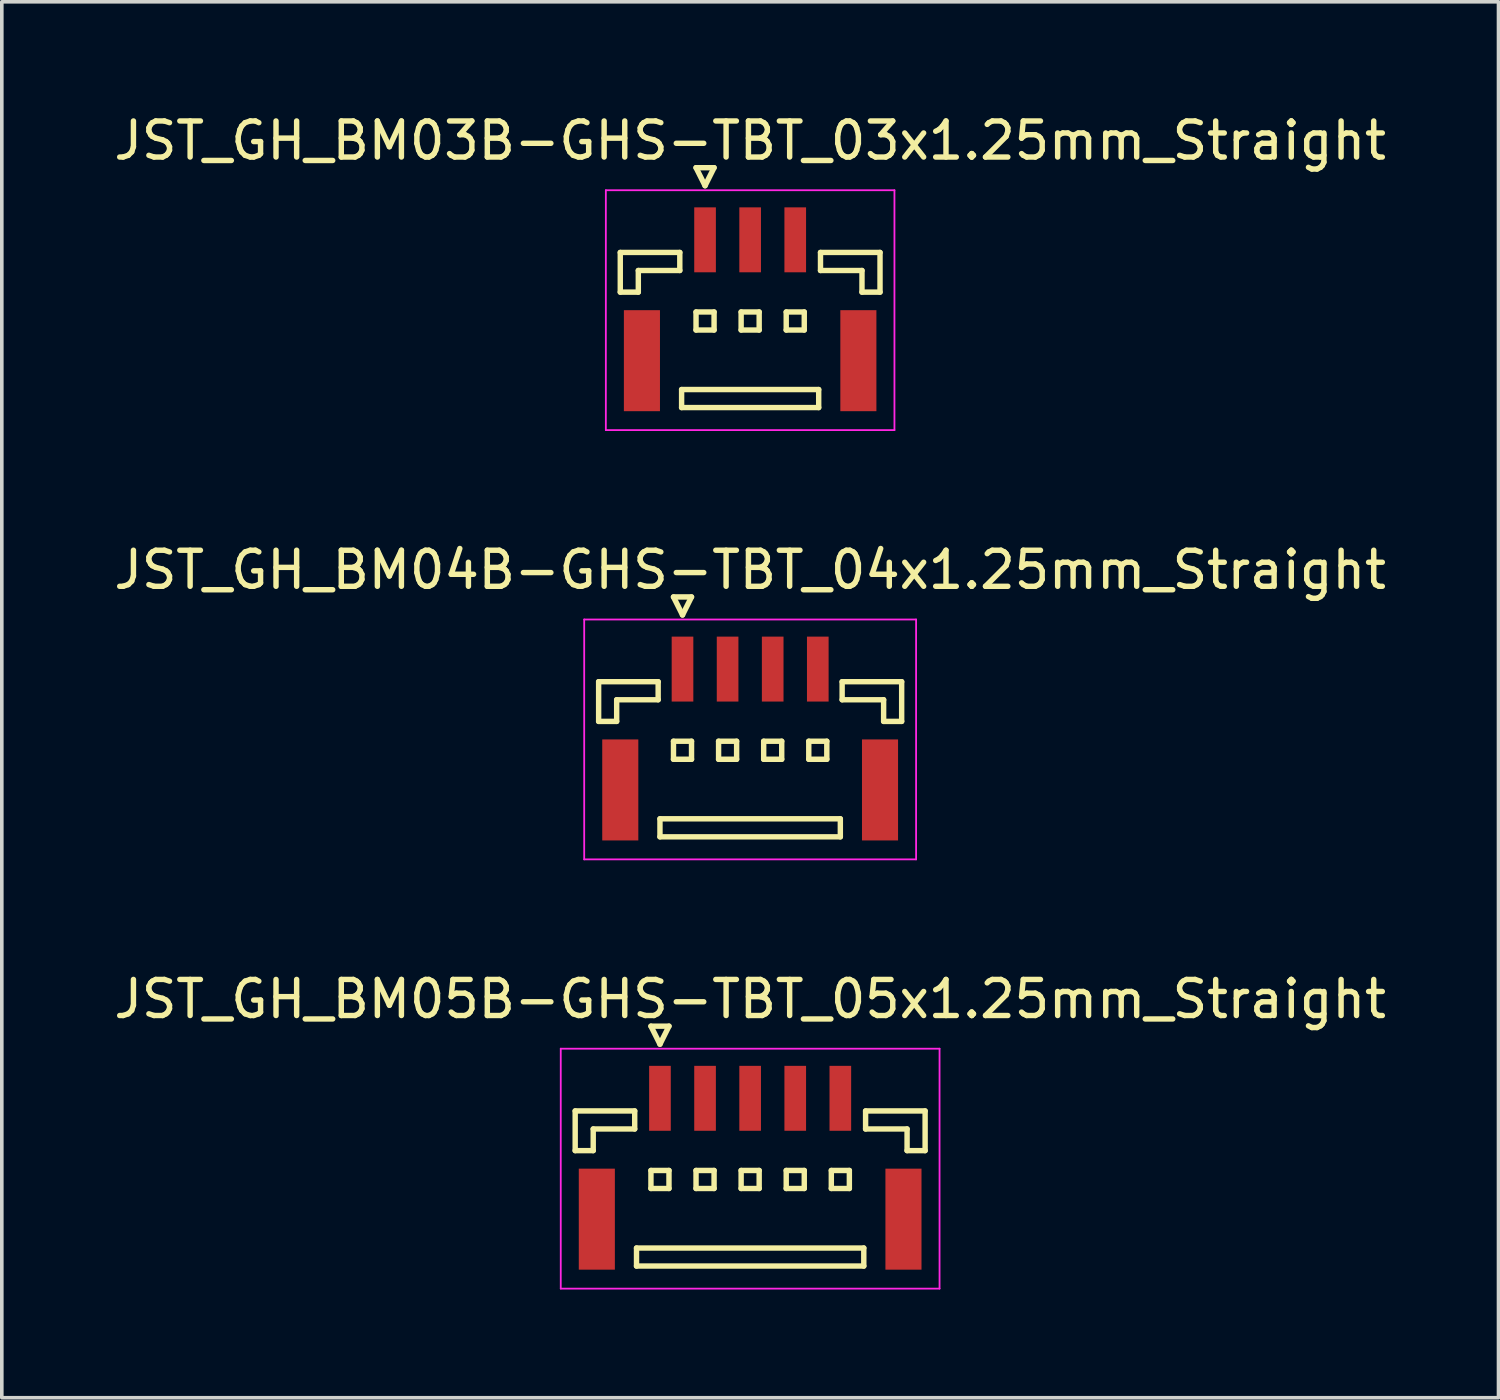
<source format=kicad_pcb>
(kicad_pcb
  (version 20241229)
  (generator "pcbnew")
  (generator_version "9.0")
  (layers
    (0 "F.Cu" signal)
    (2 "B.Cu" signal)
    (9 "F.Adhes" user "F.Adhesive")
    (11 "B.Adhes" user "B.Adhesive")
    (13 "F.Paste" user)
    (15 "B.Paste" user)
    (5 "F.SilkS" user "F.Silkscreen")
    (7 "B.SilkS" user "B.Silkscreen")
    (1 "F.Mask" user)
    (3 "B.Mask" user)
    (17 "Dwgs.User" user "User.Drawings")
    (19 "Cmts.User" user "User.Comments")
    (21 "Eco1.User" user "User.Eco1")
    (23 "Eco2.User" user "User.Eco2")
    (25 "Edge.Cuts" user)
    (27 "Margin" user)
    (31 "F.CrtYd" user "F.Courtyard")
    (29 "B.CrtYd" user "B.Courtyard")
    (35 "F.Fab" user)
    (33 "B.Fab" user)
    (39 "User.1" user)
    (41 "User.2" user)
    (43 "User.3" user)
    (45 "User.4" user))
  (footprint "JST_GH_BM04B-GHS-TBT_04x1.25mm_Straight"
    (layer "F.Cu")
    (at 17.744 17.172)
    (property "Reference" "JST_GH_BM04B-GHS-TBT_04x1.25mm_Straight" (at 0 -4.425 0) (layer "F.SilkS") (effects (font (size 1 1) (thickness 0.15))))
    (attr smd)
    (fp_line (start -4.2 -1.325) (end -2.55 -1.325) (stroke (width 0.15) (type solid)) (layer "F.SilkS"))
    (fp_line (start -4.2 -0.225) (end -4.2 -1.325) (stroke (width 0.15) (type solid)) (layer "F.SilkS"))
    (fp_line (start -3.7 -0.825) (end -3.7 -0.225) (stroke (width 0.15) (type solid)) (layer "F.SilkS"))
    (fp_line (start -3.7 -0.225) (end -4.2 -0.225) (stroke (width 0.15) (type solid)) (layer "F.SilkS"))
    (fp_line (start -2.55 -1.325) (end -2.55 -0.825) (stroke (width 0.15) (type solid)) (layer "F.SilkS"))
    (fp_line (start -2.55 -0.825) (end -3.7 -0.825) (stroke (width 0.15) (type solid)) (layer "F.SilkS"))
    (fp_line (start -2.5 2.475) (end -2.5 2.975) (stroke (width 0.15) (type solid)) (layer "F.SilkS"))
    (fp_line (start -2.5 2.975) (end 2.5 2.975) (stroke (width 0.15) (type solid)) (layer "F.SilkS"))
    (fp_line (start -2.125 -3.675) (end -1.625 -3.675) (stroke (width 0.15) (type solid)) (layer "F.SilkS"))
    (fp_line (start -2.125 0.325) (end -2.125 0.825) (stroke (width 0.15) (type solid)) (layer "F.SilkS"))
    (fp_line (start -2.125 0.825) (end -1.625 0.825) (stroke (width 0.15) (type solid)) (layer "F.SilkS"))
    (fp_line (start -1.875 -3.175) (end -2.125 -3.675) (stroke (width 0.15) (type solid)) (layer "F.SilkS"))
    (fp_line (start -1.625 -3.675) (end -1.875 -3.175) (stroke (width 0.15) (type solid)) (layer "F.SilkS"))
    (fp_line (start -1.625 0.325) (end -2.125 0.325) (stroke (width 0.15) (type solid)) (layer "F.SilkS"))
    (fp_line (start -1.625 0.825) (end -1.625 0.325) (stroke (width 0.15) (type solid)) (layer "F.SilkS"))
    (fp_line (start -0.875 0.325) (end -0.875 0.825) (stroke (width 0.15) (type solid)) (layer "F.SilkS"))
    (fp_line (start -0.875 0.825) (end -0.375 0.825) (stroke (width 0.15) (type solid)) (layer "F.SilkS"))
    (fp_line (start -0.375 0.325) (end -0.875 0.325) (stroke (width 0.15) (type solid)) (layer "F.SilkS"))
    (fp_line (start -0.375 0.825) (end -0.375 0.325) (stroke (width 0.15) (type solid)) (layer "F.SilkS"))
    (fp_line (start 0.375 0.325) (end 0.375 0.825) (stroke (width 0.15) (type solid)) (layer "F.SilkS"))
    (fp_line (start 0.375 0.825) (end 0.875 0.825) (stroke (width 0.15) (type solid)) (layer "F.SilkS"))
    (fp_line (start 0.875 0.325) (end 0.375 0.325) (stroke (width 0.15) (type solid)) (layer "F.SilkS"))
    (fp_line (start 0.875 0.825) (end 0.875 0.325) (stroke (width 0.15) (type solid)) (layer "F.SilkS"))
    (fp_line (start 1.625 0.325) (end 1.625 0.825) (stroke (width 0.15) (type solid)) (layer "F.SilkS"))
    (fp_line (start 1.625 0.825) (end 2.125 0.825) (stroke (width 0.15) (type solid)) (layer "F.SilkS"))
    (fp_line (start 2.125 0.325) (end 1.625 0.325) (stroke (width 0.15) (type solid)) (layer "F.SilkS"))
    (fp_line (start 2.125 0.825) (end 2.125 0.325) (stroke (width 0.15) (type solid)) (layer "F.SilkS"))
    (fp_line (start 2.5 2.475) (end -2.5 2.475) (stroke (width 0.15) (type solid)) (layer "F.SilkS"))
    (fp_line (start 2.5 2.975) (end 2.5 2.475) (stroke (width 0.15) (type solid)) (layer "F.SilkS"))
    (fp_line (start 2.55 -1.325) (end 2.55 -0.825) (stroke (width 0.15) (type solid)) (layer "F.SilkS"))
    (fp_line (start 2.55 -0.825) (end 3.7 -0.825) (stroke (width 0.15) (type solid)) (layer "F.SilkS"))
    (fp_line (start 3.7 -0.825) (end 3.7 -0.225) (stroke (width 0.15) (type solid)) (layer "F.SilkS"))
    (fp_line (start 3.7 -0.225) (end 4.2 -0.225) (stroke (width 0.15) (type solid)) (layer "F.SilkS"))
    (fp_line (start 4.2 -1.325) (end 2.55 -1.325) (stroke (width 0.15) (type solid)) (layer "F.SilkS"))
    (fp_line (start 4.2 -0.225) (end 4.2 -1.325) (stroke (width 0.15) (type solid)) (layer "F.SilkS"))
    (fp_line (start -4.6 -3.05) (end -4.6 3.6) (stroke (width 0.05) (type solid)) (layer "F.CrtYd"))
    (fp_line (start -4.6 3.6) (end 4.6 3.6) (stroke (width 0.05) (type solid)) (layer "F.CrtYd"))
    (fp_line (start 4.6 -3.05) (end -4.6 -3.05) (stroke (width 0.05) (type solid)) (layer "F.CrtYd"))
    (fp_line (start 4.6 3.6) (end 4.6 -3.05) (stroke (width 0.05) (type solid)) (layer "F.CrtYd"))
    (pad "" smd rect (at -3.6 1.675) (size 1 2.8) (layers "F.Cu" "F.Mask" "F.Paste"))
    (pad "" smd rect (at 3.6 1.675) (size 1 2.8) (layers "F.Cu" "F.Mask" "F.Paste"))
    (pad "1" smd rect (at -1.875 -1.675) (size 0.6 1.8) (layers "F.Cu" "F.Mask" "F.Paste"))
    (pad "2" smd rect (at -0.625 -1.675) (size 0.6 1.8) (layers "F.Cu" "F.Mask" "F.Paste"))
    (pad "3" smd rect (at 0.625 -1.675) (size 0.6 1.8) (layers "F.Cu" "F.Mask" "F.Paste"))
    (pad "4" smd rect (at 1.875 -1.675) (size 0.6 1.8) (layers "F.Cu" "F.Mask" "F.Paste")))
  (footprint "JST_GH_BM03B-GHS-TBT_03x1.25mm_Straight"
    (layer "F.Cu")
    (at 17.744 5.273)
    (property "Reference" "JST_GH_BM03B-GHS-TBT_03x1.25mm_Straight" (at 0 -4.425 0) (layer "F.SilkS") (effects (font (size 1 1) (thickness 0.15))))
    (attr smd)
    (fp_line (start -3.6 -1.325) (end -1.95 -1.325) (stroke (width 0.15) (type solid)) (layer "F.SilkS"))
    (fp_line (start -3.6 -0.225) (end -3.6 -1.325) (stroke (width 0.15) (type solid)) (layer "F.SilkS"))
    (fp_line (start -3.1 -0.825) (end -3.1 -0.225) (stroke (width 0.15) (type solid)) (layer "F.SilkS"))
    (fp_line (start -3.1 -0.225) (end -3.6 -0.225) (stroke (width 0.15) (type solid)) (layer "F.SilkS"))
    (fp_line (start -1.95 -1.325) (end -1.95 -0.825) (stroke (width 0.15) (type solid)) (layer "F.SilkS"))
    (fp_line (start -1.95 -0.825) (end -3.1 -0.825) (stroke (width 0.15) (type solid)) (layer "F.SilkS"))
    (fp_line (start -1.9 2.475) (end -1.9 2.975) (stroke (width 0.15) (type solid)) (layer "F.SilkS"))
    (fp_line (start -1.9 2.975) (end 1.9 2.975) (stroke (width 0.15) (type solid)) (layer "F.SilkS"))
    (fp_line (start -1.5 -3.675) (end -1 -3.675) (stroke (width 0.15) (type solid)) (layer "F.SilkS"))
    (fp_line (start -1.5 0.325) (end -1.5 0.825) (stroke (width 0.15) (type solid)) (layer "F.SilkS"))
    (fp_line (start -1.5 0.825) (end -1 0.825) (stroke (width 0.15) (type solid)) (layer "F.SilkS"))
    (fp_line (start -1.25 -3.175) (end -1.5 -3.675) (stroke (width 0.15) (type solid)) (layer "F.SilkS"))
    (fp_line (start -1 -3.675) (end -1.25 -3.175) (stroke (width 0.15) (type solid)) (layer "F.SilkS"))
    (fp_line (start -1 0.325) (end -1.5 0.325) (stroke (width 0.15) (type solid)) (layer "F.SilkS"))
    (fp_line (start -1 0.825) (end -1 0.325) (stroke (width 0.15) (type solid)) (layer "F.SilkS"))
    (fp_line (start -0.25 0.325) (end -0.25 0.825) (stroke (width 0.15) (type solid)) (layer "F.SilkS"))
    (fp_line (start -0.25 0.825) (end 0.25 0.825) (stroke (width 0.15) (type solid)) (layer "F.SilkS"))
    (fp_line (start 0.25 0.325) (end -0.25 0.325) (stroke (width 0.15) (type solid)) (layer "F.SilkS"))
    (fp_line (start 0.25 0.825) (end 0.25 0.325) (stroke (width 0.15) (type solid)) (layer "F.SilkS"))
    (fp_line (start 1 0.325) (end 1 0.825) (stroke (width 0.15) (type solid)) (layer "F.SilkS"))
    (fp_line (start 1 0.825) (end 1.5 0.825) (stroke (width 0.15) (type solid)) (layer "F.SilkS"))
    (fp_line (start 1.5 0.325) (end 1 0.325) (stroke (width 0.15) (type solid)) (layer "F.SilkS"))
    (fp_line (start 1.5 0.825) (end 1.5 0.325) (stroke (width 0.15) (type solid)) (layer "F.SilkS"))
    (fp_line (start 1.9 2.475) (end -1.9 2.475) (stroke (width 0.15) (type solid)) (layer "F.SilkS"))
    (fp_line (start 1.9 2.975) (end 1.9 2.475) (stroke (width 0.15) (type solid)) (layer "F.SilkS"))
    (fp_line (start 1.95 -1.325) (end 1.95 -0.825) (stroke (width 0.15) (type solid)) (layer "F.SilkS"))
    (fp_line (start 1.95 -0.825) (end 3.1 -0.825) (stroke (width 0.15) (type solid)) (layer "F.SilkS"))
    (fp_line (start 3.1 -0.825) (end 3.1 -0.225) (stroke (width 0.15) (type solid)) (layer "F.SilkS"))
    (fp_line (start 3.1 -0.225) (end 3.6 -0.225) (stroke (width 0.15) (type solid)) (layer "F.SilkS"))
    (fp_line (start 3.6 -1.325) (end 1.95 -1.325) (stroke (width 0.15) (type solid)) (layer "F.SilkS"))
    (fp_line (start 3.6 -0.225) (end 3.6 -1.325) (stroke (width 0.15) (type solid)) (layer "F.SilkS"))
    (fp_line (start -4 -3.05) (end -4 3.6) (stroke (width 0.05) (type solid)) (layer "F.CrtYd"))
    (fp_line (start -4 3.6) (end 4 3.6) (stroke (width 0.05) (type solid)) (layer "F.CrtYd"))
    (fp_line (start 4 -3.05) (end -4 -3.05) (stroke (width 0.05) (type solid)) (layer "F.CrtYd"))
    (fp_line (start 4 3.6) (end 4 -3.05) (stroke (width 0.05) (type solid)) (layer "F.CrtYd"))
    (pad "" smd rect (at -3 1.675) (size 1 2.8) (layers "F.Cu" "F.Mask" "F.Paste"))
    (pad "" smd rect (at 3 1.675) (size 1 2.8) (layers "F.Cu" "F.Mask" "F.Paste"))
    (pad "1" smd rect (at -1.25 -1.675) (size 0.6 1.8) (layers "F.Cu" "F.Mask" "F.Paste"))
    (pad "2" smd rect (at 0 -1.675) (size 0.6 1.8) (layers "F.Cu" "F.Mask" "F.Paste"))
    (pad "3" smd rect (at 1.25 -1.675) (size 0.6 1.8) (layers "F.Cu" "F.Mask" "F.Paste")))
  (footprint "JST_GH_BM05B-GHS-TBT_05x1.25mm_Straight"
    (layer "F.Cu")
    (at 17.744 29.07)
    (property "Reference" "JST_GH_BM05B-GHS-TBT_05x1.25mm_Straight" (at 0 -4.425 0) (layer "F.SilkS") (effects (font (size 1 1) (thickness 0.15))))
    (attr smd)
    (fp_line (start -4.85 -1.325) (end -3.2 -1.325) (stroke (width 0.15) (type solid)) (layer "F.SilkS"))
    (fp_line (start -4.85 -0.225) (end -4.85 -1.325) (stroke (width 0.15) (type solid)) (layer "F.SilkS"))
    (fp_line (start -4.35 -0.825) (end -4.35 -0.225) (stroke (width 0.15) (type solid)) (layer "F.SilkS"))
    (fp_line (start -4.35 -0.225) (end -4.85 -0.225) (stroke (width 0.15) (type solid)) (layer "F.SilkS"))
    (fp_line (start -3.2 -1.325) (end -3.2 -0.825) (stroke (width 0.15) (type solid)) (layer "F.SilkS"))
    (fp_line (start -3.2 -0.825) (end -4.35 -0.825) (stroke (width 0.15) (type solid)) (layer "F.SilkS"))
    (fp_line (start -3.15 2.475) (end -3.15 2.975) (stroke (width 0.15) (type solid)) (layer "F.SilkS"))
    (fp_line (start -3.15 2.975) (end 3.15 2.975) (stroke (width 0.15) (type solid)) (layer "F.SilkS"))
    (fp_line (start -2.75 -3.675) (end -2.25 -3.675) (stroke (width 0.15) (type solid)) (layer "F.SilkS"))
    (fp_line (start -2.75 0.325) (end -2.75 0.825) (stroke (width 0.15) (type solid)) (layer "F.SilkS"))
    (fp_line (start -2.75 0.825) (end -2.25 0.825) (stroke (width 0.15) (type solid)) (layer "F.SilkS"))
    (fp_line (start -2.5 -3.175) (end -2.75 -3.675) (stroke (width 0.15) (type solid)) (layer "F.SilkS"))
    (fp_line (start -2.25 -3.675) (end -2.5 -3.175) (stroke (width 0.15) (type solid)) (layer "F.SilkS"))
    (fp_line (start -2.25 0.325) (end -2.75 0.325) (stroke (width 0.15) (type solid)) (layer "F.SilkS"))
    (fp_line (start -2.25 0.825) (end -2.25 0.325) (stroke (width 0.15) (type solid)) (layer "F.SilkS"))
    (fp_line (start -1.5 0.325) (end -1.5 0.825) (stroke (width 0.15) (type solid)) (layer "F.SilkS"))
    (fp_line (start -1.5 0.825) (end -1 0.825) (stroke (width 0.15) (type solid)) (layer "F.SilkS"))
    (fp_line (start -1 0.325) (end -1.5 0.325) (stroke (width 0.15) (type solid)) (layer "F.SilkS"))
    (fp_line (start -1 0.825) (end -1 0.325) (stroke (width 0.15) (type solid)) (layer "F.SilkS"))
    (fp_line (start -0.25 0.325) (end -0.25 0.825) (stroke (width 0.15) (type solid)) (layer "F.SilkS"))
    (fp_line (start -0.25 0.825) (end 0.25 0.825) (stroke (width 0.15) (type solid)) (layer "F.SilkS"))
    (fp_line (start 0.25 0.325) (end -0.25 0.325) (stroke (width 0.15) (type solid)) (layer "F.SilkS"))
    (fp_line (start 0.25 0.825) (end 0.25 0.325) (stroke (width 0.15) (type solid)) (layer "F.SilkS"))
    (fp_line (start 1 0.325) (end 1 0.825) (stroke (width 0.15) (type solid)) (layer "F.SilkS"))
    (fp_line (start 1 0.825) (end 1.5 0.825) (stroke (width 0.15) (type solid)) (layer "F.SilkS"))
    (fp_line (start 1.5 0.325) (end 1 0.325) (stroke (width 0.15) (type solid)) (layer "F.SilkS"))
    (fp_line (start 1.5 0.825) (end 1.5 0.325) (stroke (width 0.15) (type solid)) (layer "F.SilkS"))
    (fp_line (start 2.25 0.325) (end 2.25 0.825) (stroke (width 0.15) (type solid)) (layer "F.SilkS"))
    (fp_line (start 2.25 0.825) (end 2.75 0.825) (stroke (width 0.15) (type solid)) (layer "F.SilkS"))
    (fp_line (start 2.75 0.325) (end 2.25 0.325) (stroke (width 0.15) (type solid)) (layer "F.SilkS"))
    (fp_line (start 2.75 0.825) (end 2.75 0.325) (stroke (width 0.15) (type solid)) (layer "F.SilkS"))
    (fp_line (start 3.15 2.475) (end -3.15 2.475) (stroke (width 0.15) (type solid)) (layer "F.SilkS"))
    (fp_line (start 3.15 2.975) (end 3.15 2.475) (stroke (width 0.15) (type solid)) (layer "F.SilkS"))
    (fp_line (start 3.2 -1.325) (end 3.2 -0.825) (stroke (width 0.15) (type solid)) (layer "F.SilkS"))
    (fp_line (start 3.2 -0.825) (end 4.35 -0.825) (stroke (width 0.15) (type solid)) (layer "F.SilkS"))
    (fp_line (start 4.35 -0.825) (end 4.35 -0.225) (stroke (width 0.15) (type solid)) (layer "F.SilkS"))
    (fp_line (start 4.35 -0.225) (end 4.85 -0.225) (stroke (width 0.15) (type solid)) (layer "F.SilkS"))
    (fp_line (start 4.85 -1.325) (end 3.2 -1.325) (stroke (width 0.15) (type solid)) (layer "F.SilkS"))
    (fp_line (start 4.85 -0.225) (end 4.85 -1.325) (stroke (width 0.15) (type solid)) (layer "F.SilkS"))
    (fp_line (start -5.25 -3.05) (end -5.25 3.6) (stroke (width 0.05) (type solid)) (layer "F.CrtYd"))
    (fp_line (start -5.25 3.6) (end 5.25 3.6) (stroke (width 0.05) (type solid)) (layer "F.CrtYd"))
    (fp_line (start 5.25 -3.05) (end -5.25 -3.05) (stroke (width 0.05) (type solid)) (layer "F.CrtYd"))
    (fp_line (start 5.25 3.6) (end 5.25 -3.05) (stroke (width 0.05) (type solid)) (layer "F.CrtYd"))
    (pad "" smd rect (at -4.25 1.675) (size 1 2.8) (layers "F.Cu" "F.Mask" "F.Paste"))
    (pad "" smd rect (at 4.25 1.675) (size 1 2.8) (layers "F.Cu" "F.Mask" "F.Paste"))
    (pad "1" smd rect (at -2.5 -1.675) (size 0.6 1.8) (layers "F.Cu" "F.Mask" "F.Paste"))
    (pad "2" smd rect (at -1.25 -1.675) (size 0.6 1.8) (layers "F.Cu" "F.Mask" "F.Paste"))
    (pad "3" smd rect (at 0 -1.675) (size 0.6 1.8) (layers "F.Cu" "F.Mask" "F.Paste"))
    (pad "4" smd rect (at 1.25 -1.675) (size 0.6 1.8) (layers "F.Cu" "F.Mask" "F.Paste"))
    (pad "5" smd rect (at 2.5 -1.675) (size 0.6 1.8) (layers "F.Cu" "F.Mask" "F.Paste")))
  (gr_rect
    (start -3 -3)
    (end 38.488 35.695)
    (stroke (width 0.1) (type default))
    (fill no)
    (layer "Edge.Cuts")))
</source>
